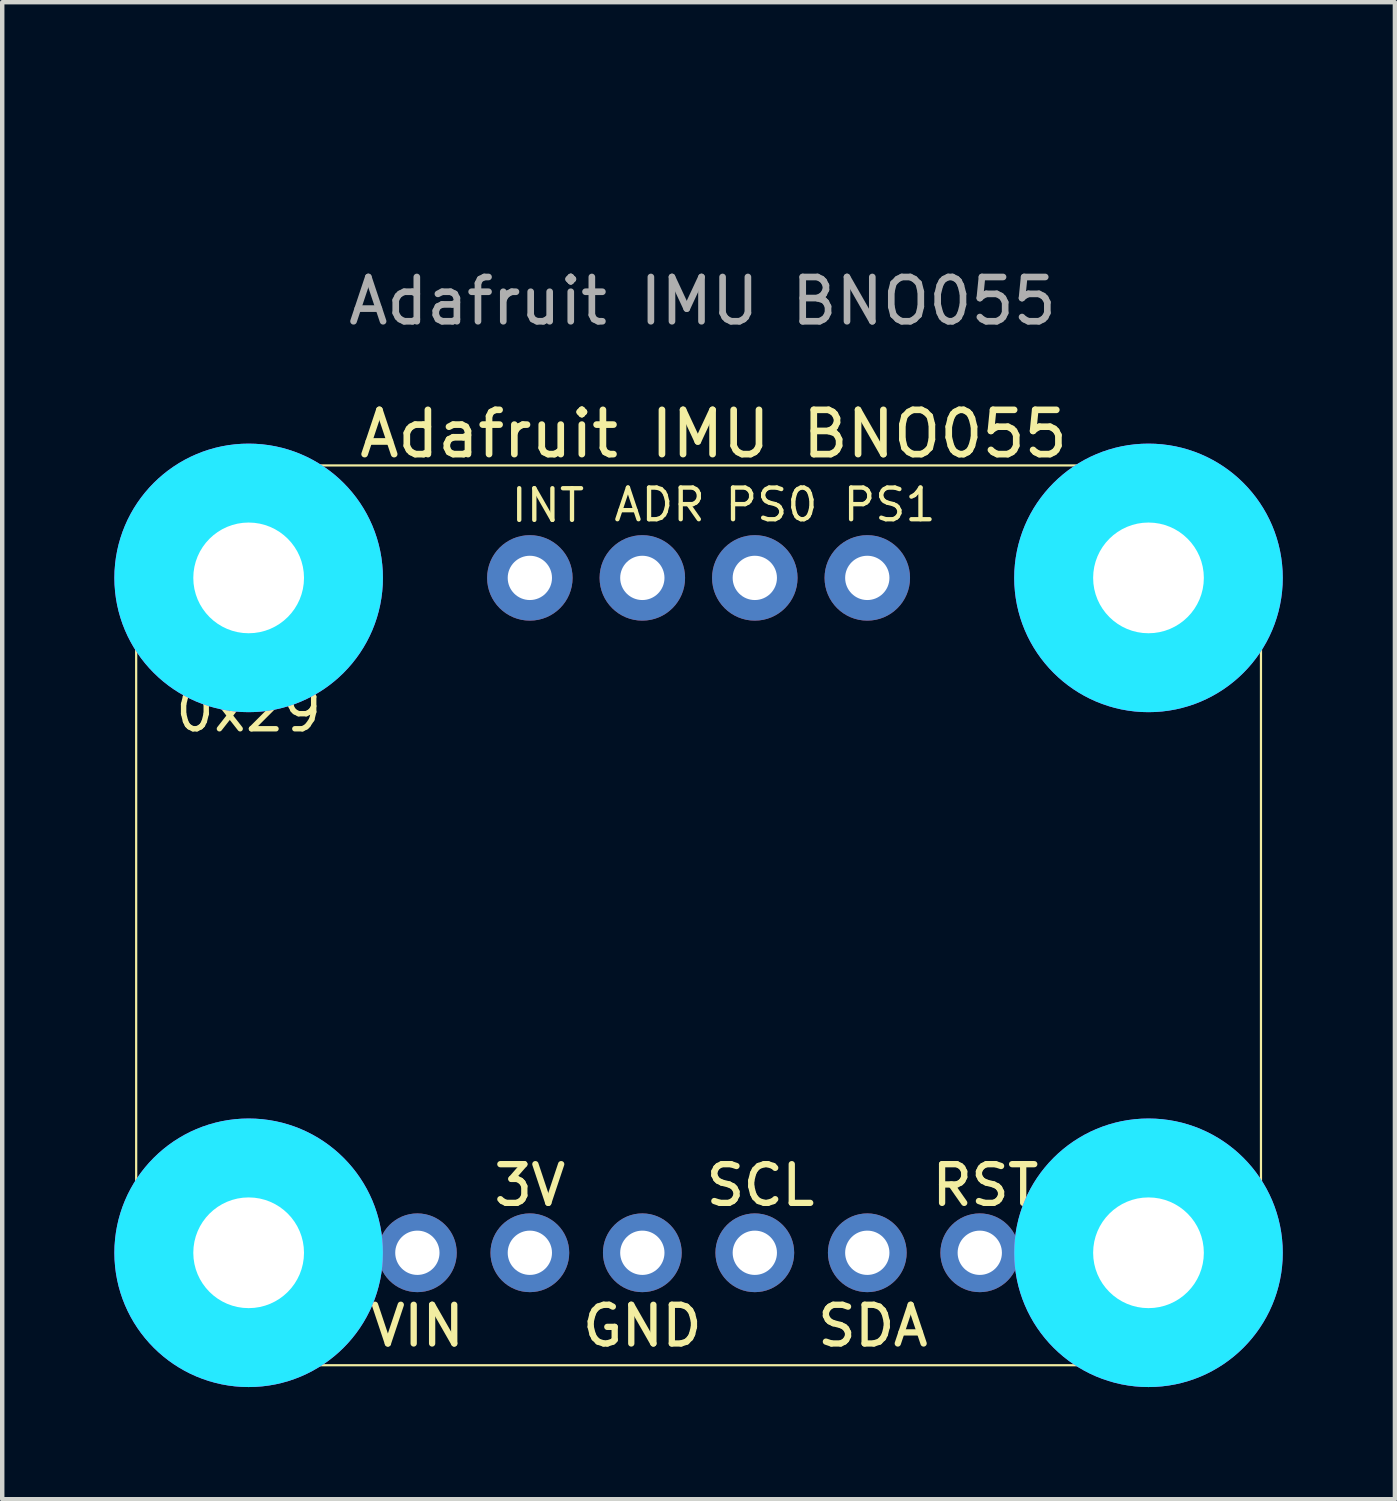
<source format=kicad_pcb>
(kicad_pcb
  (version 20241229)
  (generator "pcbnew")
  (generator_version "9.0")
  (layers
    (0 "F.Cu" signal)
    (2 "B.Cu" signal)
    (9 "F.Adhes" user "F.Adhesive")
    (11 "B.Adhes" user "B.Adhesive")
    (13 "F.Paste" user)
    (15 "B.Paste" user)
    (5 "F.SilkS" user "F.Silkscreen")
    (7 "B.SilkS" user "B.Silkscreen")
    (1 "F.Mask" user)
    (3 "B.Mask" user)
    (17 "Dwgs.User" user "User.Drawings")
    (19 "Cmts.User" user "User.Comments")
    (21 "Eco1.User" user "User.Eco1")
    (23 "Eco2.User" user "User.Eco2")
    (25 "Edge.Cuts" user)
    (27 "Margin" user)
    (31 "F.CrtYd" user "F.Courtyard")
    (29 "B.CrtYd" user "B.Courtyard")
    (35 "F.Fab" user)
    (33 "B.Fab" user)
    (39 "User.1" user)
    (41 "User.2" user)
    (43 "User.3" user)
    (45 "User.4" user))
  (footprint "Adafruit IMU BNO055"
    (layer "F.Cu")
    (at 12.315 0.25)
    (property "Reference" "Adafruit IMU BNO055" (at 0.75 6.5 0) (unlocked yes) (layer "F.SilkS") (effects (font (size 1 1) (thickness 0.15))))
    (attr through_hole)
    (fp_poly (pts (xy 10.676 24.987) (xy 9.891 24.202) (xy 9.175 24.202) (xy 9.175 25.778) (xy 9.943 25.778)) (stroke (width 0) (type solid)) (fill yes) (layer "B.Cu"))
    (fp_poly (pts (xy 11.965 24.202) (xy 10.254 24.202) (xy 11.013 24.99) (xy 10.254 25.778) (xy 11.965 25.778)) (stroke (width 0) (type solid)) (fill yes) (layer "B.Cu"))
    (fp_poly (pts (xy 9.11 24.165) (xy 12.03 24.165) (xy 12.03 25.816) (xy 9.11 25.816)) (stroke (width 0) (type solid)) (fill yes) (layer "B.Mask"))
    (fp_line (start -12.29 9.75) (end -12.29 24.99) (stroke (width 0.05) (type solid)) (layer "F.SilkS"))
    (fp_line (start -9.75 27.53) (end 10.57 27.53) (stroke (width 0.05) (type solid)) (layer "F.SilkS"))
    (fp_line (start 10.57 7.21) (end -9.75 7.21) (stroke (width 0.05) (type solid)) (layer "F.SilkS"))
    (fp_line (start 13.11 24.99) (end 13.11 9.75) (stroke (width 0.05) (type solid)) (layer "F.SilkS"))
    (fp_arc (start -12.29 9.75) (mid -11.546051 7.953949) (end -9.75 7.21) (stroke (width 0.05) (type solid)) (layer "F.SilkS"))
    (fp_arc (start -9.75 27.53) (mid -11.546051 26.786051) (end -12.29 24.99) (stroke (width 0.05) (type solid)) (layer "F.SilkS"))
    (fp_arc (start 10.57 7.21) (mid 12.366051 7.953949) (end 13.11 9.75) (stroke (width 0.05) (type solid)) (layer "F.SilkS"))
    (fp_arc (start 13.11 24.99) (mid 12.366051 26.786051) (end 10.57 27.53) (stroke (width 0.05) (type solid)) (layer "F.SilkS"))
    (fp_circle (center -9.75 9.75) (end -7.75 9.75) (stroke (width 0.203) (type solid)) (fill no) (layer "F.SilkS"))
    (fp_circle (center -9.75 24.99) (end -7.75 24.99) (stroke (width 0.203) (type solid)) (fill no) (layer "F.SilkS"))
    (fp_circle (center 10.57 9.75) (end 12.57 9.75) (stroke (width 0.203) (type solid)) (fill no) (layer "F.SilkS"))
    (fp_circle (center 10.57 24.99) (end 12.57 24.99) (stroke (width 0.203) (type solid)) (fill no) (layer "F.SilkS"))
    (fp_circle (center -9.75 9.75) (end -8.75 9.75) (stroke (width 2.032) (type solid)) (fill no) (layer "B.CrtYd"))
    (fp_circle (center -9.75 24.99) (end -8.75 24.99) (stroke (width 2.032) (type solid)) (fill no) (layer "B.CrtYd"))
    (fp_circle (center 10.57 9.75) (end 11.57 9.75) (stroke (width 2.032) (type solid)) (fill no) (layer "B.CrtYd"))
    (fp_circle (center 10.57 24.99) (end 11.57 24.99) (stroke (width 2.032) (type solid)) (fill no) (layer "B.CrtYd"))
    (fp_circle (center -9.75 9.75) (end -8.75 9.75) (stroke (width 2.032) (type solid)) (fill no) (layer "F.CrtYd"))
    (fp_circle (center -9.75 24.99) (end -8.75 24.99) (stroke (width 2.032) (type solid)) (fill no) (layer "F.CrtYd"))
    (fp_circle (center 10.57 9.75) (end 11.57 9.75) (stroke (width 2.032) (type solid)) (fill no) (layer "F.CrtYd"))
    (fp_circle (center 10.57 24.99) (end 11.57 24.99) (stroke (width 2.032) (type solid)) (fill no) (layer "F.CrtYd"))
    (fp_poly (pts (xy 3.966 25.244) (xy 4.474 25.244) (xy 4.474 24.736) (xy 3.966 24.736)) (stroke (width 0.1) (type solid)) (fill no) (layer "F.Fab"))
    (fp_poly (pts (xy 6.506 25.244) (xy 7.014 25.244) (xy 7.014 24.736) (xy 6.506 24.736)) (stroke (width 0.1) (type solid)) (fill no) (layer "F.Fab"))
    (fp_poly (pts (xy 6.506 25.244) (xy 7.014 25.244) (xy 7.014 24.736) (xy 6.506 24.736)) (stroke (width 0.1) (type solid)) (fill no) (layer "F.Fab"))
    (fp_poly (pts (xy 9.02 25.49) (xy 12.12 25.49) (xy 12.12 24.49) (xy 9.02 24.49)) (stroke (width 0.1) (type solid)) (fill no) (layer "F.Fab"))
    (fp_poly (pts (xy 9.02 25.49) (xy 12.12 25.49) (xy 12.12 24.49) (xy 9.02 24.49)) (stroke (width 0.1) (type solid)) (fill no) (layer "F.Fab"))
    (fp_poly (pts (xy 9.046 25.244) (xy 9.554 25.244) (xy 9.554 24.736) (xy 9.046 24.736)) (stroke (width 0.1) (type solid)) (fill no) (layer "F.Fab"))
    (fp_poly (pts (xy 9.046 25.244) (xy 9.554 25.244) (xy 9.554 24.736) (xy 9.046 24.736)) (stroke (width 0.1) (type solid)) (fill no) (layer "F.Fab"))
    (fp_poly (pts (xy 9.37 24.14) (xy 9.87 24.14) (xy 9.87 23.49) (xy 9.37 23.49)) (stroke (width 0.1) (type solid)) (fill no) (layer "F.Fab"))
    (fp_poly (pts (xy 9.37 26.49) (xy 9.87 26.49) (xy 9.87 25.84) (xy 9.37 25.84)) (stroke (width 0.1) (type solid)) (fill no) (layer "F.Fab"))
    (fp_poly (pts (xy 9.478 25.714) (xy 10.228 25.714) (xy 10.228 24.264) (xy 9.478 24.264)) (stroke (width 0.1) (type solid)) (fill no) (layer "F.Fab"))
    (fp_poly (pts (xy 9.478 25.714) (xy 10.228 25.714) (xy 10.228 24.264) (xy 9.478 24.264)) (stroke (width 0.1) (type solid)) (fill no) (layer "F.Fab"))
    (fp_poly (pts (xy 9.732 25.46) (xy 10.232 25.46) (xy 10.232 24.51) (xy 9.732 24.51)) (stroke (width 0.1) (type solid)) (fill no) (layer "F.Fab"))
    (fp_poly (pts (xy 9.732 25.46) (xy 10.232 25.46) (xy 10.232 24.51) (xy 9.732 24.51)) (stroke (width 0.1) (type solid)) (fill no) (layer "F.Fab"))
    (fp_poly (pts (xy 9.732 25.46) (xy 10.232 25.46) (xy 10.232 24.51) (xy 9.732 24.51)) (stroke (width 0.1) (type solid)) (fill no) (layer "F.Fab"))
    (fp_poly (pts (xy 9.732 25.46) (xy 10.232 25.46) (xy 10.232 24.51) (xy 9.732 24.51)) (stroke (width 0.1) (type solid)) (fill no) (layer "F.Fab"))
    (fp_poly (pts (xy 9.732 25.46) (xy 10.232 25.46) (xy 10.232 24.51) (xy 9.732 24.51)) (stroke (width 0.1) (type solid)) (fill no) (layer "F.Fab"))
    (fp_poly (pts (xy 9.795 24.29) (xy 10.045 24.29) (xy 10.045 23.94) (xy 9.795 23.94)) (stroke (width 0.1) (type solid)) (fill no) (layer "F.Fab"))
    (fp_poly (pts (xy 9.795 26.04) (xy 10.045 26.04) (xy 10.045 25.69) (xy 9.795 25.69)) (stroke (width 0.1) (type solid)) (fill no) (layer "F.Fab"))
    (fp_poly (pts (xy 10.12 24.29) (xy 10.32 24.29) (xy 10.32 24.14) (xy 10.12 24.14)) (stroke (width 0.1) (type solid)) (fill no) (layer "F.Fab"))
    (fp_poly (pts (xy 10.32 26.49) (xy 10.82 26.49) (xy 10.82 25.84) (xy 10.32 25.84)) (stroke (width 0.1) (type solid)) (fill no) (layer "F.Fab"))
    (fp_poly (pts (xy 10.445 24.29) (xy 10.695 24.29) (xy 10.695 23.94) (xy 10.445 23.94)) (stroke (width 0.1) (type solid)) (fill no) (layer "F.Fab"))
    (fp_poly (pts (xy 10.9 25.46) (xy 11.4 25.46) (xy 11.4 24.51) (xy 10.9 24.51)) (stroke (width 0.1) (type solid)) (fill no) (layer "F.Fab"))
    (fp_poly (pts (xy 10.9 25.46) (xy 11.4 25.46) (xy 11.4 24.51) (xy 10.9 24.51)) (stroke (width 0.1) (type solid)) (fill no) (layer "F.Fab"))
    (fp_poly (pts (xy 10.9 25.46) (xy 11.4 25.46) (xy 11.4 24.51) (xy 10.9 24.51)) (stroke (width 0.1) (type solid)) (fill no) (layer "F.Fab"))
    (fp_poly (pts (xy 10.9 25.46) (xy 11.4 25.46) (xy 11.4 24.51) (xy 10.9 24.51)) (stroke (width 0.1) (type solid)) (fill no) (layer "F.Fab"))
    (fp_poly (pts (xy 10.9 25.46) (xy 11.4 25.46) (xy 11.4 24.51) (xy 10.9 24.51)) (stroke (width 0.1) (type solid)) (fill no) (layer "F.Fab"))
    (fp_poly (pts (xy 10.926 25.714) (xy 11.676 25.714) (xy 11.676 24.264) (xy 10.926 24.264)) (stroke (width 0.1) (type solid)) (fill no) (layer "F.Fab"))
    (fp_poly (pts (xy 10.926 25.714) (xy 11.676 25.714) (xy 11.676 24.264) (xy 10.926 24.264)) (stroke (width 0.1) (type solid)) (fill no) (layer "F.Fab"))
    (fp_poly (pts (xy 11.586 25.244) (xy 12.094 25.244) (xy 12.094 24.736) (xy 11.586 24.736)) (stroke (width 0.1) (type solid)) (fill no) (layer "F.Fab"))
    (fp_poly (pts (xy 11.586 25.244) (xy 12.094 25.244) (xy 12.094 24.736) (xy 11.586 24.736)) (stroke (width 0.1) (type solid)) (fill no) (layer "F.Fab"))
    (fp_text user "ADR" (at -0.47 8.099 0) (layer "F.SilkS") (effects (font (size 0.715 0.715) (thickness 0.098))))
    (fp_text user "0x29" (at -9.75 12.75 180) (layer "F.SilkS") (effects (font (size 0.894 0.894) (thickness 0.122))))
    (fp_text user "INT" (at -2.993 8.114 0) (layer "F.SilkS") (effects (font (size 0.715 0.715) (thickness 0.098))))
    (fp_text user "SCL" (at 1.807 23.466 0) (layer "F.SilkS") (effects (font (size 0.874 0.874) (thickness 0.142))))
    (fp_text user "RST" (at 6.887 23.466 0) (layer "F.SilkS") (effects (font (size 0.874 0.874) (thickness 0.142))))
    (fp_text user "3V" (at -3.4 23.466 0) (layer "F.SilkS") (effects (font (size 0.874 0.874) (thickness 0.142))))
    (fp_text user "PS0" (at 2.056 8.099 0) (layer "F.SilkS") (effects (font (size 0.715 0.715) (thickness 0.098))))
    (fp_text user "PS1" (at 4.723 8.099 0) (layer "F.SilkS") (effects (font (size 0.715 0.715) (thickness 0.098))))
    (fp_text user "SDA" (at 4.347 26.641 0) (layer "F.SilkS") (effects (font (size 0.874 0.874) (thickness 0.142))))
    (fp_text user "GND" (at -0.86 26.641 0) (layer "F.SilkS") (effects (font (size 0.874 0.874) (thickness 0.142))))
    (fp_text user "VIN" (at -5.94 26.641 0) (layer "F.SilkS") (effects (font (size 0.874 0.874) (thickness 0.142))))
    (fp_text user "${REFERENCE}" (at 0.5 3.5 0) (unlocked yes) (layer "F.Fab") (effects (font (size 1 1) (thickness 0.15))))
    (pad "1" thru_hole circle (at -5.94 24.99 90) (size 1.778 1.778) (drill 1) (layers "*.Cu" "*.Mask"))
    (pad "2" thru_hole circle (at -3.4 24.99 90) (size 1.778 1.778) (drill 1) (layers "*.Cu" "*.Mask"))
    (pad "3" thru_hole circle (at -0.86 24.99 90) (size 1.778 1.778) (drill 1) (layers "*.Cu" "*.Mask"))
    (pad "4" thru_hole circle (at 1.68 24.99 90) (size 1.778 1.778) (drill 1) (layers "*.Cu" "*.Mask"))
    (pad "5" thru_hole circle (at 4.22 24.99 90) (size 1.778 1.778) (drill 1) (layers "*.Cu" "*.Mask"))
    (pad "6" thru_hole circle (at 6.76 24.99 90) (size 1.778 1.778) (drill 1) (layers "*.Cu" "*.Mask"))
    (pad "7" thru_hole circle (at -3.4 9.75 90) (size 1.93 1.93) (drill 1) (layers "*.Cu" "*.Mask"))
    (pad "8" thru_hole circle (at -0.86 9.75 90) (size 1.93 1.93) (drill 1) (layers "*.Cu" "*.Mask"))
    (pad "9" thru_hole circle (at 1.68 9.75 90) (size 1.93 1.93) (drill 1) (layers "*.Cu" "*.Mask"))
    (pad "10" thru_hole circle (at 4.22 9.75 90) (size 1.93 1.93) (drill 1) (layers "*.Cu" "*.Mask"))
    (pad "P$1" thru_hole circle (at -9.75 9.75) (size 3.2 3.2) (drill 2.5) (layers "*.Cu" "*.Mask"))
    (pad "P$1" thru_hole circle (at -9.75 24.99) (size 3.2 3.2) (drill 2.5) (layers "*.Cu" "*.Mask"))
    (pad "P$1" thru_hole circle (at 10.57 9.75) (size 3.2 3.2) (drill 2.5) (layers "*.Cu" "*.Mask"))
    (pad "P$1" thru_hole circle (at 10.57 24.99) (size 3.2 3.2) (drill 2.5) (layers "*.Cu" "*.Mask"))
    (zone (net_name "") (layer "F.Cu") (hatch edge 0.508) (connect_pads) (min_thickness 0.254) (filled_areas_thickness no) (keepout (tracks not_allowed) (vias not_allowed) (pads not_allowed) (copperpour not_allowed) (footprints allowed)) (placement (enabled no)) (fill) (polygon (pts (xy 4.581 10) (xy 4.55 9.65) (xy 4.459 9.31) (xy 4.311 8.992) (xy 4.109 8.704) (xy 3.861 8.456) (xy 3.573 8.254) (xy 3.255 8.106) (xy 2.915 8.015) (xy 2.565 7.984) (xy 2.215 8.015) (xy 1.875 8.106) (xy 1.557 8.254) (xy 1.269 8.456) (xy 1.021 8.704) (xy 0.819 8.992) (xy 0.671 9.31) (xy 0.58 9.65) (xy 0.549 10) (xy 0.58 10.35) (xy 0.671 10.69) (xy 0.819 11.008) (xy 1.021 11.296) (xy 1.269 11.544) (xy 1.557 11.746) (xy 1.875 11.894) (xy 2.215 11.985) (xy 2.565 12.016) (xy 2.915 11.985) (xy 3.255 11.894) (xy 3.573 11.746) (xy 3.861 11.544) (xy 4.109 11.296) (xy 4.311 11.008) (xy 4.459 10.69) (xy 4.55 10.35))) (polygon (pts (xy 2.549 10) (xy 2.549 10.003) (xy 2.55 10.005) (xy 2.551 10.008) (xy 2.553 10.01) (xy 2.555 10.012) (xy 2.557 10.014) (xy 2.56 10.015) (xy 2.562 10.016) (xy 2.565 10.016) (xy 2.568 10.016) (xy 2.57 10.015) (xy 2.573 10.014) (xy 2.575 10.012) (xy 2.577 10.01) (xy 2.579 10.008) (xy 2.58 10.005) (xy 2.581 10.003) (xy 2.581 10) (xy 2.581 9.997) (xy 2.58 9.995) (xy 2.579 9.992) (xy 2.577 9.99) (xy 2.575 9.988) (xy 2.573 9.986) (xy 2.57 9.985) (xy 2.568 9.984) (xy 2.565 9.984) (xy 2.562 9.984) (xy 2.56 9.985) (xy 2.557 9.986) (xy 2.555 9.988) (xy 2.553 9.99) (xy 2.551 9.992) (xy 2.55 9.995) (xy 2.549 9.997))))
    (zone (net_name "") (layer "F.Cu") (hatch edge 0.508) (connect_pads) (min_thickness 0.254) (filled_areas_thickness no) (keepout (tracks not_allowed) (vias not_allowed) (pads not_allowed) (copperpour not_allowed) (footprints allowed)) (placement (enabled no)) (fill) (polygon (pts (xy 4.581 25.24) (xy 4.55 24.89) (xy 4.459 24.55) (xy 4.311 24.232) (xy 4.109 23.944) (xy 3.861 23.696) (xy 3.573 23.494) (xy 3.255 23.346) (xy 2.915 23.255) (xy 2.565 23.224) (xy 2.215 23.255) (xy 1.875 23.346) (xy 1.557 23.494) (xy 1.269 23.696) (xy 1.021 23.944) (xy 0.819 24.232) (xy 0.671 24.55) (xy 0.58 24.89) (xy 0.549 25.24) (xy 0.58 25.59) (xy 0.671 25.93) (xy 0.819 26.248) (xy 1.021 26.536) (xy 1.269 26.784) (xy 1.557 26.986) (xy 1.875 27.134) (xy 2.215 27.225) (xy 2.565 27.256) (xy 2.915 27.225) (xy 3.255 27.134) (xy 3.573 26.986) (xy 3.861 26.784) (xy 4.109 26.536) (xy 4.311 26.248) (xy 4.459 25.93) (xy 4.55 25.59))) (polygon (pts (xy 2.549 25.24) (xy 2.549 25.243) (xy 2.55 25.245) (xy 2.551 25.248) (xy 2.553 25.25) (xy 2.555 25.252) (xy 2.557 25.254) (xy 2.56 25.255) (xy 2.562 25.256) (xy 2.565 25.256) (xy 2.568 25.256) (xy 2.57 25.255) (xy 2.573 25.254) (xy 2.575 25.252) (xy 2.577 25.25) (xy 2.579 25.248) (xy 2.58 25.245) (xy 2.581 25.243) (xy 2.581 25.24) (xy 2.581 25.237) (xy 2.58 25.235) (xy 2.579 25.232) (xy 2.577 25.23) (xy 2.575 25.228) (xy 2.573 25.226) (xy 2.57 25.225) (xy 2.568 25.224) (xy 2.565 25.224) (xy 2.562 25.224) (xy 2.56 25.225) (xy 2.557 25.226) (xy 2.555 25.228) (xy 2.553 25.23) (xy 2.551 25.232) (xy 2.55 25.235) (xy 2.549 25.237))))
    (zone (net_name "") (layer "F.Cu") (hatch edge 0.508) (connect_pads) (min_thickness 0.254) (filled_areas_thickness no) (keepout (tracks not_allowed) (vias not_allowed) (pads not_allowed) (copperpour not_allowed) (footprints allowed)) (placement (enabled no)) (fill) (polygon (pts (xy 24.901 10) (xy 24.87 9.65) (xy 24.779 9.31) (xy 24.631 8.992) (xy 24.429 8.704) (xy 24.181 8.456) (xy 23.893 8.254) (xy 23.575 8.106) (xy 23.235 8.015) (xy 22.885 7.984) (xy 22.535 8.015) (xy 22.195 8.106) (xy 21.877 8.254) (xy 21.589 8.456) (xy 21.341 8.704) (xy 21.139 8.992) (xy 20.991 9.31) (xy 20.9 9.65) (xy 20.869 10) (xy 20.9 10.35) (xy 20.991 10.69) (xy 21.139 11.008) (xy 21.341 11.296) (xy 21.589 11.544) (xy 21.877 11.746) (xy 22.195 11.894) (xy 22.535 11.985) (xy 22.885 12.016) (xy 23.235 11.985) (xy 23.575 11.894) (xy 23.893 11.746) (xy 24.181 11.544) (xy 24.429 11.296) (xy 24.631 11.008) (xy 24.779 10.69) (xy 24.87 10.35))) (polygon (pts (xy 22.869 10) (xy 22.869 10.003) (xy 22.87 10.005) (xy 22.871 10.008) (xy 22.873 10.01) (xy 22.875 10.012) (xy 22.877 10.014) (xy 22.88 10.015) (xy 22.882 10.016) (xy 22.885 10.016) (xy 22.888 10.016) (xy 22.89 10.015) (xy 22.893 10.014) (xy 22.895 10.012) (xy 22.897 10.01) (xy 22.899 10.008) (xy 22.9 10.005) (xy 22.901 10.003) (xy 22.901 10) (xy 22.901 9.997) (xy 22.9 9.995) (xy 22.899 9.992) (xy 22.897 9.99) (xy 22.895 9.988) (xy 22.893 9.986) (xy 22.89 9.985) (xy 22.888 9.984) (xy 22.885 9.984) (xy 22.882 9.984) (xy 22.88 9.985) (xy 22.877 9.986) (xy 22.875 9.988) (xy 22.873 9.99) (xy 22.871 9.992) (xy 22.87 9.995) (xy 22.869 9.997))))
    (zone (net_name "") (layer "F.Cu") (hatch edge 0.508) (connect_pads) (min_thickness 0.254) (filled_areas_thickness no) (keepout (tracks not_allowed) (vias not_allowed) (pads not_allowed) (copperpour not_allowed) (footprints allowed)) (placement (enabled no)) (fill) (polygon (pts (xy 24.901 25.24) (xy 24.87 24.89) (xy 24.779 24.55) (xy 24.631 24.232) (xy 24.429 23.944) (xy 24.181 23.696) (xy 23.893 23.494) (xy 23.575 23.346) (xy 23.235 23.255) (xy 22.885 23.224) (xy 22.535 23.255) (xy 22.195 23.346) (xy 21.877 23.494) (xy 21.589 23.696) (xy 21.341 23.944) (xy 21.139 24.232) (xy 20.991 24.55) (xy 20.9 24.89) (xy 20.869 25.24) (xy 20.9 25.59) (xy 20.991 25.93) (xy 21.139 26.248) (xy 21.341 26.536) (xy 21.589 26.784) (xy 21.877 26.986) (xy 22.195 27.134) (xy 22.535 27.225) (xy 22.885 27.256) (xy 23.235 27.225) (xy 23.575 27.134) (xy 23.893 26.986) (xy 24.181 26.784) (xy 24.429 26.536) (xy 24.631 26.248) (xy 24.779 25.93) (xy 24.87 25.59))) (polygon (pts (xy 22.869 25.24) (xy 22.869 25.243) (xy 22.87 25.245) (xy 22.871 25.248) (xy 22.873 25.25) (xy 22.875 25.252) (xy 22.877 25.254) (xy 22.88 25.255) (xy 22.882 25.256) (xy 22.885 25.256) (xy 22.888 25.256) (xy 22.89 25.255) (xy 22.893 25.254) (xy 22.895 25.252) (xy 22.897 25.25) (xy 22.899 25.248) (xy 22.9 25.245) (xy 22.901 25.243) (xy 22.901 25.24) (xy 22.901 25.237) (xy 22.9 25.235) (xy 22.899 25.232) (xy 22.897 25.23) (xy 22.895 25.228) (xy 22.893 25.226) (xy 22.89 25.225) (xy 22.888 25.224) (xy 22.885 25.224) (xy 22.882 25.224) (xy 22.88 25.225) (xy 22.877 25.226) (xy 22.875 25.228) (xy 22.873 25.23) (xy 22.871 25.232) (xy 22.87 25.235) (xy 22.869 25.237))))
    (zone (net_name "") (layer "B.Cu") (hatch edge 0.508) (connect_pads) (min_thickness 0.254) (filled_areas_thickness no) (keepout (tracks not_allowed) (vias not_allowed) (pads not_allowed) (copperpour not_allowed) (footprints allowed)) (placement (enabled no)) (fill) (polygon (pts (xy 4.581 10) (xy 4.55 9.65) (xy 4.459 9.31) (xy 4.311 8.992) (xy 4.109 8.704) (xy 3.861 8.456) (xy 3.573 8.254) (xy 3.255 8.106) (xy 2.915 8.015) (xy 2.565 7.984) (xy 2.215 8.015) (xy 1.875 8.106) (xy 1.557 8.254) (xy 1.269 8.456) (xy 1.021 8.704) (xy 0.819 8.992) (xy 0.671 9.31) (xy 0.58 9.65) (xy 0.549 10) (xy 0.58 10.35) (xy 0.671 10.69) (xy 0.819 11.008) (xy 1.021 11.296) (xy 1.269 11.544) (xy 1.557 11.746) (xy 1.875 11.894) (xy 2.215 11.985) (xy 2.565 12.016) (xy 2.915 11.985) (xy 3.255 11.894) (xy 3.573 11.746) (xy 3.861 11.544) (xy 4.109 11.296) (xy 4.311 11.008) (xy 4.459 10.69) (xy 4.55 10.35))) (polygon (pts (xy 2.549 10) (xy 2.549 10.003) (xy 2.55 10.005) (xy 2.551 10.008) (xy 2.553 10.01) (xy 2.555 10.012) (xy 2.557 10.014) (xy 2.56 10.015) (xy 2.562 10.016) (xy 2.565 10.016) (xy 2.568 10.016) (xy 2.57 10.015) (xy 2.573 10.014) (xy 2.575 10.012) (xy 2.577 10.01) (xy 2.579 10.008) (xy 2.58 10.005) (xy 2.581 10.003) (xy 2.581 10) (xy 2.581 9.997) (xy 2.58 9.995) (xy 2.579 9.992) (xy 2.577 9.99) (xy 2.575 9.988) (xy 2.573 9.986) (xy 2.57 9.985) (xy 2.568 9.984) (xy 2.565 9.984) (xy 2.562 9.984) (xy 2.56 9.985) (xy 2.557 9.986) (xy 2.555 9.988) (xy 2.553 9.99) (xy 2.551 9.992) (xy 2.55 9.995) (xy 2.549 9.997))))
    (zone (net_name "") (layer "B.Cu") (hatch edge 0.508) (connect_pads) (min_thickness 0.254) (filled_areas_thickness no) (keepout (tracks not_allowed) (vias not_allowed) (pads not_allowed) (copperpour not_allowed) (footprints allowed)) (placement (enabled no)) (fill) (polygon (pts (xy 4.581 25.24) (xy 4.55 24.89) (xy 4.459 24.55) (xy 4.311 24.232) (xy 4.109 23.944) (xy 3.861 23.696) (xy 3.573 23.494) (xy 3.255 23.346) (xy 2.915 23.255) (xy 2.565 23.224) (xy 2.215 23.255) (xy 1.875 23.346) (xy 1.557 23.494) (xy 1.269 23.696) (xy 1.021 23.944) (xy 0.819 24.232) (xy 0.671 24.55) (xy 0.58 24.89) (xy 0.549 25.24) (xy 0.58 25.59) (xy 0.671 25.93) (xy 0.819 26.248) (xy 1.021 26.536) (xy 1.269 26.784) (xy 1.557 26.986) (xy 1.875 27.134) (xy 2.215 27.225) (xy 2.565 27.256) (xy 2.915 27.225) (xy 3.255 27.134) (xy 3.573 26.986) (xy 3.861 26.784) (xy 4.109 26.536) (xy 4.311 26.248) (xy 4.459 25.93) (xy 4.55 25.59))) (polygon (pts (xy 2.549 25.24) (xy 2.549 25.243) (xy 2.55 25.245) (xy 2.551 25.248) (xy 2.553 25.25) (xy 2.555 25.252) (xy 2.557 25.254) (xy 2.56 25.255) (xy 2.562 25.256) (xy 2.565 25.256) (xy 2.568 25.256) (xy 2.57 25.255) (xy 2.573 25.254) (xy 2.575 25.252) (xy 2.577 25.25) (xy 2.579 25.248) (xy 2.58 25.245) (xy 2.581 25.243) (xy 2.581 25.24) (xy 2.581 25.237) (xy 2.58 25.235) (xy 2.579 25.232) (xy 2.577 25.23) (xy 2.575 25.228) (xy 2.573 25.226) (xy 2.57 25.225) (xy 2.568 25.224) (xy 2.565 25.224) (xy 2.562 25.224) (xy 2.56 25.225) (xy 2.557 25.226) (xy 2.555 25.228) (xy 2.553 25.23) (xy 2.551 25.232) (xy 2.55 25.235) (xy 2.549 25.237))))
    (zone (net_name "") (layer "B.Cu") (hatch edge 0.508) (connect_pads) (min_thickness 0.254) (filled_areas_thickness no) (keepout (tracks not_allowed) (vias not_allowed) (pads not_allowed) (copperpour not_allowed) (footprints allowed)) (placement (enabled no)) (fill) (polygon (pts (xy 24.901 10) (xy 24.87 9.65) (xy 24.779 9.31) (xy 24.631 8.992) (xy 24.429 8.704) (xy 24.181 8.456) (xy 23.893 8.254) (xy 23.575 8.106) (xy 23.235 8.015) (xy 22.885 7.984) (xy 22.535 8.015) (xy 22.195 8.106) (xy 21.877 8.254) (xy 21.589 8.456) (xy 21.341 8.704) (xy 21.139 8.992) (xy 20.991 9.31) (xy 20.9 9.65) (xy 20.869 10) (xy 20.9 10.35) (xy 20.991 10.69) (xy 21.139 11.008) (xy 21.341 11.296) (xy 21.589 11.544) (xy 21.877 11.746) (xy 22.195 11.894) (xy 22.535 11.985) (xy 22.885 12.016) (xy 23.235 11.985) (xy 23.575 11.894) (xy 23.893 11.746) (xy 24.181 11.544) (xy 24.429 11.296) (xy 24.631 11.008) (xy 24.779 10.69) (xy 24.87 10.35))) (polygon (pts (xy 22.869 10) (xy 22.869 10.003) (xy 22.87 10.005) (xy 22.871 10.008) (xy 22.873 10.01) (xy 22.875 10.012) (xy 22.877 10.014) (xy 22.88 10.015) (xy 22.882 10.016) (xy 22.885 10.016) (xy 22.888 10.016) (xy 22.89 10.015) (xy 22.893 10.014) (xy 22.895 10.012) (xy 22.897 10.01) (xy 22.899 10.008) (xy 22.9 10.005) (xy 22.901 10.003) (xy 22.901 10) (xy 22.901 9.997) (xy 22.9 9.995) (xy 22.899 9.992) (xy 22.897 9.99) (xy 22.895 9.988) (xy 22.893 9.986) (xy 22.89 9.985) (xy 22.888 9.984) (xy 22.885 9.984) (xy 22.882 9.984) (xy 22.88 9.985) (xy 22.877 9.986) (xy 22.875 9.988) (xy 22.873 9.99) (xy 22.871 9.992) (xy 22.87 9.995) (xy 22.869 9.997))))
    (zone (net_name "") (layer "B.Cu") (hatch edge 0.508) (connect_pads) (min_thickness 0.254) (filled_areas_thickness no) (keepout (tracks not_allowed) (vias not_allowed) (pads not_allowed) (copperpour not_allowed) (footprints allowed)) (placement (enabled no)) (fill) (polygon (pts (xy 24.901 25.24) (xy 24.87 24.89) (xy 24.779 24.55) (xy 24.631 24.232) (xy 24.429 23.944) (xy 24.181 23.696) (xy 23.893 23.494) (xy 23.575 23.346) (xy 23.235 23.255) (xy 22.885 23.224) (xy 22.535 23.255) (xy 22.195 23.346) (xy 21.877 23.494) (xy 21.589 23.696) (xy 21.341 23.944) (xy 21.139 24.232) (xy 20.991 24.55) (xy 20.9 24.89) (xy 20.869 25.24) (xy 20.9 25.59) (xy 20.991 25.93) (xy 21.139 26.248) (xy 21.341 26.536) (xy 21.589 26.784) (xy 21.877 26.986) (xy 22.195 27.134) (xy 22.535 27.225) (xy 22.885 27.256) (xy 23.235 27.225) (xy 23.575 27.134) (xy 23.893 26.986) (xy 24.181 26.784) (xy 24.429 26.536) (xy 24.631 26.248) (xy 24.779 25.93) (xy 24.87 25.59))) (polygon (pts (xy 22.869 25.24) (xy 22.869 25.243) (xy 22.87 25.245) (xy 22.871 25.248) (xy 22.873 25.25) (xy 22.875 25.252) (xy 22.877 25.254) (xy 22.88 25.255) (xy 22.882 25.256) (xy 22.885 25.256) (xy 22.888 25.256) (xy 22.89 25.255) (xy 22.893 25.254) (xy 22.895 25.252) (xy 22.897 25.25) (xy 22.899 25.248) (xy 22.9 25.245) (xy 22.901 25.243) (xy 22.901 25.24) (xy 22.901 25.237) (xy 22.9 25.235) (xy 22.899 25.232) (xy 22.897 25.23) (xy 22.895 25.228) (xy 22.893 25.226) (xy 22.89 25.225) (xy 22.888 25.224) (xy 22.885 25.224) (xy 22.882 25.224) (xy 22.88 25.225) (xy 22.877 25.226) (xy 22.875 25.228) (xy 22.873 25.23) (xy 22.871 25.232) (xy 22.87 25.235) (xy 22.869 25.237)))))
  (gr_rect
    (start -3 -3)
    (end 28.45 30.805)
    (stroke (width 0.1) (type default))
    (fill no)
    (layer "Edge.Cuts")))
</source>
